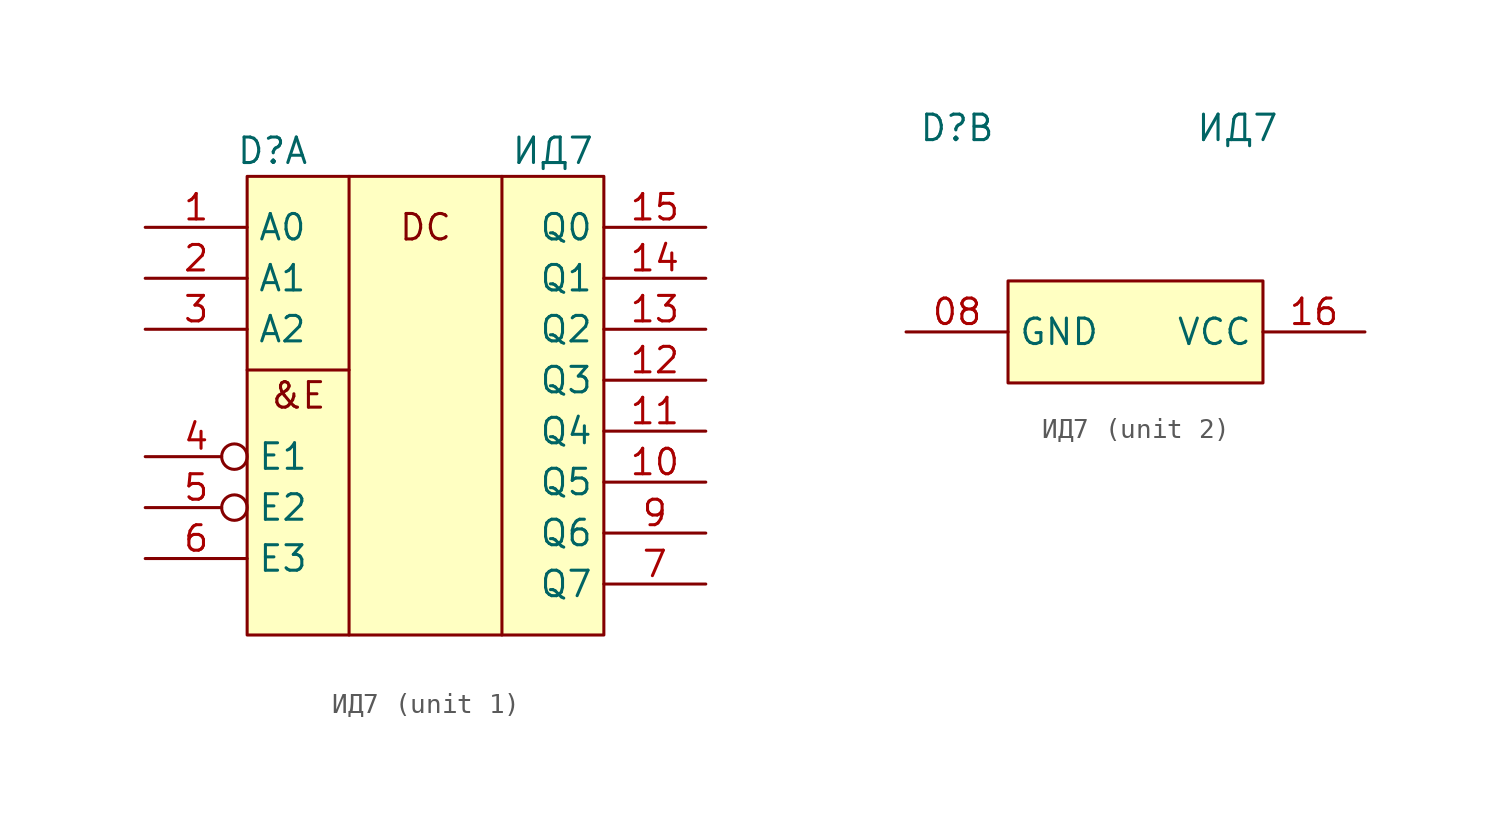
<source format=kicad_sym>
(kicad_symbol_lib
  (version 20231120)
  (generator "kicad_symbol_editor")
  (generator_version "8.0")
  (symbol "ИД7"
    (property "Reference" "D"
      (at -7.62 -3.81 0)
      (effects (font (size 1.27 1.27))))
    (property "Value" "ИД7"
      (at 6.35 -3.81 0)
      (effects (font (size 1.27 1.27))))
    (property "ki_locked" ""
      (at 0 0 0)
      (effects (font (size 1.27 1.27))))
    (symbol "ИД7_1_1"
      (rectangle (start -8.89 -5.08) (end 8.89 -27.94) (stroke (width 0) (type default)) (fill (type background)))
      (polyline (pts (xy -8.89 -14.732) (xy -3.81 -14.732)) (stroke (width 0) (type default)) (fill (type none)))
      (polyline (pts (xy -3.81 -5.08) (xy -3.81 -27.94)) (stroke (width 0) (type default)) (fill (type none)))
      (polyline (pts (xy 3.81 -5.08) (xy 3.81 -27.94)) (stroke (width 0) (type default)) (fill (type none)))
      (text "&E" (at -6.35 -16.002 0) (effects (font (size 1.27 1.27))))
      (text "DC" (at 0 -7.62 0) (effects (font (size 1.27 1.27))))
      (pin input line (at -13.97 -7.62 0) (length 5.08) (name "A0" (effects (font (size 1.27 1.27)))) (number "1" (effects (font (size 1.27 1.27)))))
      (pin output line (at 13.97 -20.32 180) (length 5.08) (name "Q5" (effects (font (size 1.27 1.27)))) (number "10" (effects (font (size 1.27 1.27)))))
      (pin output line (at 13.97 -17.78 180) (length 5.08) (name "Q4" (effects (font (size 1.27 1.27)))) (number "11" (effects (font (size 1.27 1.27)))))
      (pin output line (at 13.97 -15.24 180) (length 5.08) (name "Q3" (effects (font (size 1.27 1.27)))) (number "12" (effects (font (size 1.27 1.27)))))
      (pin output line (at 13.97 -12.7 180) (length 5.08) (name "Q2" (effects (font (size 1.27 1.27)))) (number "13" (effects (font (size 1.27 1.27)))))
      (pin output line (at 13.97 -10.16 180) (length 5.08) (name "Q1" (effects (font (size 1.27 1.27)))) (number "14" (effects (font (size 1.27 1.27)))))
      (pin output line (at 13.97 -7.62 180) (length 5.08) (name "Q0" (effects (font (size 1.27 1.27)))) (number "15" (effects (font (size 1.27 1.27)))))
      (pin input line (at -13.97 -10.16 0) (length 5.08) (name "A1" (effects (font (size 1.27 1.27)))) (number "2" (effects (font (size 1.27 1.27)))))
      (pin input line (at -13.97 -12.7 0) (length 5.08) (name "A2" (effects (font (size 1.27 1.27)))) (number "3" (effects (font (size 1.27 1.27)))))
      (pin input inverted (at -13.97 -19.05 0) (length 5.08) (name "E1" (effects (font (size 1.27 1.27)))) (number "4" (effects (font (size 1.27 1.27)))))
      (pin input inverted (at -13.97 -21.59 0) (length 5.08) (name "E2" (effects (font (size 1.27 1.27)))) (number "5" (effects (font (size 1.27 1.27)))))
      (pin input line (at -13.97 -24.13 0) (length 5.08) (name "E3" (effects (font (size 1.27 1.27)))) (number "6" (effects (font (size 1.27 1.27)))))
      (pin output line (at 13.97 -25.4 180) (length 5.08) (name "Q7" (effects (font (size 1.27 1.27)))) (number "7" (effects (font (size 1.27 1.27)))))
      (pin output line (at 13.97 -22.86 180) (length 5.08) (name "Q6" (effects (font (size 1.27 1.27)))) (number "9" (effects (font (size 1.27 1.27))))))
    (symbol "ИД7_2_0"
      (rectangle (start -5.08 -11.43) (end 7.62 -16.51) (stroke (width 0) (type default)) (fill (type background))))
    (symbol "ИД7_2_1"
      (pin power_in line (at -10.16 -13.97 0) (length 5.08) (name "GND" (effects (font (size 1.27 1.27)))) (number "08" (effects (font (size 1.27 1.27)))))
      (pin power_in line (at 12.7 -13.97 180) (length 5.08) (name "VCC" (effects (font (size 1.27 1.27)))) (number "16" (effects (font (size 1.27 1.27))))))))
</source>
